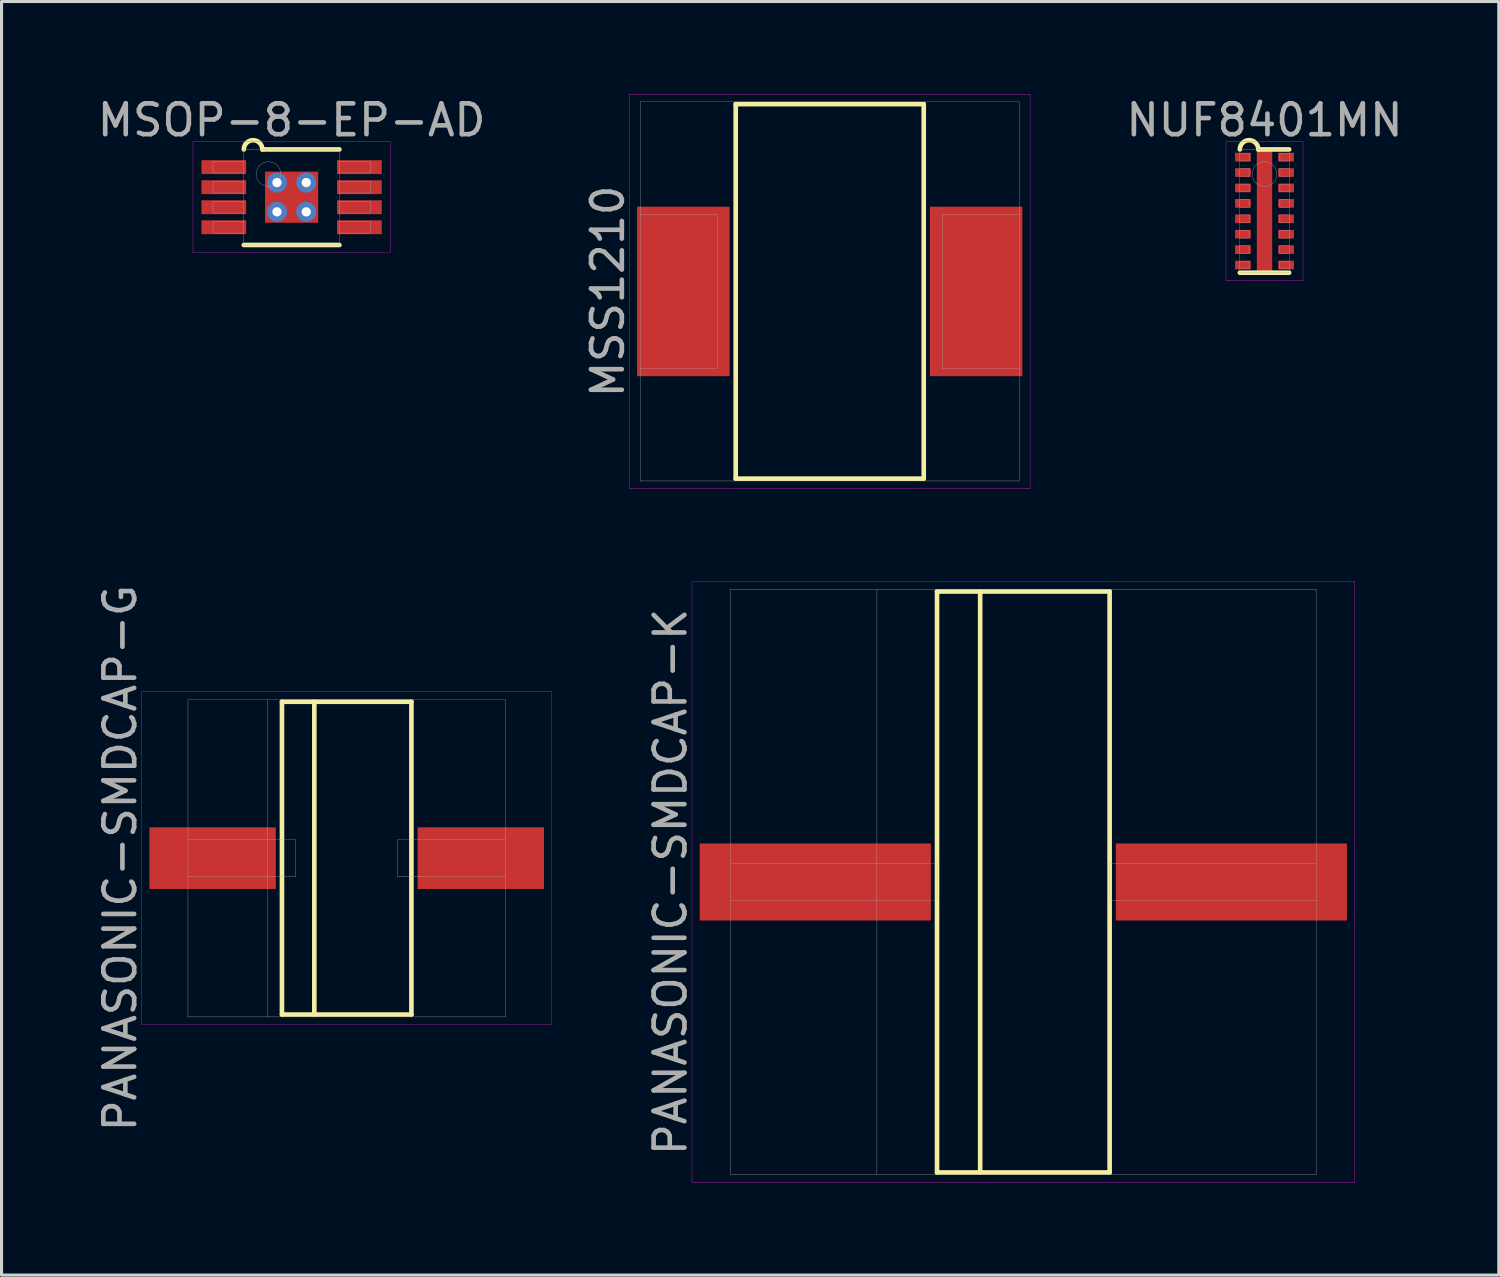
<source format=kicad_pcb>
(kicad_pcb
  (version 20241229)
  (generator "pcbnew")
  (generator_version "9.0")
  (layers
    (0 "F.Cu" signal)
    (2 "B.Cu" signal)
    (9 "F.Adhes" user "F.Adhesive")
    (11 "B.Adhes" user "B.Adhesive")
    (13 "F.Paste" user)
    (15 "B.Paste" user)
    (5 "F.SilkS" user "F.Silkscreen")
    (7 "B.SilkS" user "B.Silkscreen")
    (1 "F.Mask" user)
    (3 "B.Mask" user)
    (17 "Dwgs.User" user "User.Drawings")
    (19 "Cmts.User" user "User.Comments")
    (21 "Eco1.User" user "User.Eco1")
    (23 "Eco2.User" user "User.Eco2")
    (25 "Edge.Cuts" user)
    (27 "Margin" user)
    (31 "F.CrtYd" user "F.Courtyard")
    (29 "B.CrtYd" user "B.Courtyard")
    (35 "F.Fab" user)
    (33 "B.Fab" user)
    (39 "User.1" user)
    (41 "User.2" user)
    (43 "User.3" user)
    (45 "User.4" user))
  (footprint "NUF8401MN"
    (layer "F.Cu")
    (at 37.976 3.798)
    (property "Reference" "NUF8401MN" (at 0 -2.95 0) (layer "F.Fab") (effects (font (size 1 1) (thickness 0.15))))
    (attr through_hole)
    (fp_line (start -0.8 2) (end 0.8 2) (stroke (width 0.15) (type solid)) (layer "F.SilkS"))
    (fp_line (start -0.2 -2) (end 0.8 -2) (stroke (width 0.15) (type solid)) (layer "F.SilkS"))
    (fp_arc (start -0.8 -2) (mid -0.5 -2.3) (end -0.2 -2) (stroke (width 0.15) (type solid)) (layer "F.SilkS"))
    (fp_line (start -1.25 -2.25) (end 1.25 -2.25) (stroke (width 0.01) (type solid)) (layer "F.CrtYd"))
    (fp_line (start -1.25 2.25) (end -1.25 -2.25) (stroke (width 0.01) (type solid)) (layer "F.CrtYd"))
    (fp_line (start 1.25 -2.25) (end 1.25 2.25) (stroke (width 0.01) (type solid)) (layer "F.CrtYd"))
    (fp_line (start 1.25 2.25) (end -1.25 2.25) (stroke (width 0.01) (type solid)) (layer "F.CrtYd"))
    (fp_line (start -0.8 -2) (end 0.8 -2) (stroke (width 0.01) (type solid)) (layer "F.Fab"))
    (fp_line (start -0.8 -1.625) (end -0.5 -1.625) (stroke (width 0.01) (type solid)) (layer "F.Fab"))
    (fp_line (start -0.8 -1.125) (end -0.5 -1.125) (stroke (width 0.01) (type solid)) (layer "F.Fab"))
    (fp_line (start -0.8 -0.625) (end -0.5 -0.625) (stroke (width 0.01) (type solid)) (layer "F.Fab"))
    (fp_line (start -0.8 -0.125) (end -0.5 -0.125) (stroke (width 0.01) (type solid)) (layer "F.Fab"))
    (fp_line (start -0.8 0.375) (end -0.5 0.375) (stroke (width 0.01) (type solid)) (layer "F.Fab"))
    (fp_line (start -0.8 0.875) (end -0.5 0.875) (stroke (width 0.01) (type solid)) (layer "F.Fab"))
    (fp_line (start -0.8 1.375) (end -0.5 1.375) (stroke (width 0.01) (type solid)) (layer "F.Fab"))
    (fp_line (start -0.8 1.875) (end -0.5 1.875) (stroke (width 0.01) (type solid)) (layer "F.Fab"))
    (fp_line (start -0.8 2) (end -0.8 -2) (stroke (width 0.01) (type solid)) (layer "F.Fab"))
    (fp_line (start -0.5 -1.875) (end -0.8 -1.875) (stroke (width 0.01) (type solid)) (layer "F.Fab"))
    (fp_line (start -0.5 -1.625) (end -0.5 -1.875) (stroke (width 0.01) (type solid)) (layer "F.Fab"))
    (fp_line (start -0.5 -1.375) (end -0.8 -1.375) (stroke (width 0.01) (type solid)) (layer "F.Fab"))
    (fp_line (start -0.5 -1.125) (end -0.5 -1.375) (stroke (width 0.01) (type solid)) (layer "F.Fab"))
    (fp_line (start -0.5 -0.875) (end -0.8 -0.875) (stroke (width 0.01) (type solid)) (layer "F.Fab"))
    (fp_line (start -0.5 -0.625) (end -0.5 -0.875) (stroke (width 0.01) (type solid)) (layer "F.Fab"))
    (fp_line (start -0.5 -0.375) (end -0.8 -0.375) (stroke (width 0.01) (type solid)) (layer "F.Fab"))
    (fp_line (start -0.5 -0.125) (end -0.5 -0.375) (stroke (width 0.01) (type solid)) (layer "F.Fab"))
    (fp_line (start -0.5 0.125) (end -0.8 0.125) (stroke (width 0.01) (type solid)) (layer "F.Fab"))
    (fp_line (start -0.5 0.375) (end -0.5 0.125) (stroke (width 0.01) (type solid)) (layer "F.Fab"))
    (fp_line (start -0.5 0.625) (end -0.8 0.625) (stroke (width 0.01) (type solid)) (layer "F.Fab"))
    (fp_line (start -0.5 0.875) (end -0.5 0.625) (stroke (width 0.01) (type solid)) (layer "F.Fab"))
    (fp_line (start -0.5 1.125) (end -0.8 1.125) (stroke (width 0.01) (type solid)) (layer "F.Fab"))
    (fp_line (start -0.5 1.375) (end -0.5 1.125) (stroke (width 0.01) (type solid)) (layer "F.Fab"))
    (fp_line (start -0.5 1.625) (end -0.8 1.625) (stroke (width 0.01) (type solid)) (layer "F.Fab"))
    (fp_line (start -0.5 1.875) (end -0.5 1.625) (stroke (width 0.01) (type solid)) (layer "F.Fab"))
    (fp_line (start 0.5 -1.875) (end 0.5 -1.625) (stroke (width 0.01) (type solid)) (layer "F.Fab"))
    (fp_line (start 0.5 -1.625) (end 0.8 -1.625) (stroke (width 0.01) (type solid)) (layer "F.Fab"))
    (fp_line (start 0.5 -1.375) (end 0.5 -1.125) (stroke (width 0.01) (type solid)) (layer "F.Fab"))
    (fp_line (start 0.5 -1.125) (end 0.8 -1.125) (stroke (width 0.01) (type solid)) (layer "F.Fab"))
    (fp_line (start 0.5 -0.875) (end 0.5 -0.625) (stroke (width 0.01) (type solid)) (layer "F.Fab"))
    (fp_line (start 0.5 -0.625) (end 0.8 -0.625) (stroke (width 0.01) (type solid)) (layer "F.Fab"))
    (fp_line (start 0.5 -0.375) (end 0.5 -0.125) (stroke (width 0.01) (type solid)) (layer "F.Fab"))
    (fp_line (start 0.5 -0.125) (end 0.8 -0.125) (stroke (width 0.01) (type solid)) (layer "F.Fab"))
    (fp_line (start 0.5 0.125) (end 0.5 0.375) (stroke (width 0.01) (type solid)) (layer "F.Fab"))
    (fp_line (start 0.5 0.375) (end 0.8 0.375) (stroke (width 0.01) (type solid)) (layer "F.Fab"))
    (fp_line (start 0.5 0.625) (end 0.5 0.875) (stroke (width 0.01) (type solid)) (layer "F.Fab"))
    (fp_line (start 0.5 0.875) (end 0.8 0.875) (stroke (width 0.01) (type solid)) (layer "F.Fab"))
    (fp_line (start 0.5 1.125) (end 0.5 1.375) (stroke (width 0.01) (type solid)) (layer "F.Fab"))
    (fp_line (start 0.5 1.375) (end 0.8 1.375) (stroke (width 0.01) (type solid)) (layer "F.Fab"))
    (fp_line (start 0.5 1.625) (end 0.5 1.875) (stroke (width 0.01) (type solid)) (layer "F.Fab"))
    (fp_line (start 0.5 1.875) (end 0.8 1.875) (stroke (width 0.01) (type solid)) (layer "F.Fab"))
    (fp_line (start 0.8 -2) (end 0.8 2) (stroke (width 0.01) (type solid)) (layer "F.Fab"))
    (fp_line (start 0.8 -1.875) (end 0.5 -1.875) (stroke (width 0.01) (type solid)) (layer "F.Fab"))
    (fp_line (start 0.8 -1.375) (end 0.5 -1.375) (stroke (width 0.01) (type solid)) (layer "F.Fab"))
    (fp_line (start 0.8 -0.875) (end 0.5 -0.875) (stroke (width 0.01) (type solid)) (layer "F.Fab"))
    (fp_line (start 0.8 -0.375) (end 0.5 -0.375) (stroke (width 0.01) (type solid)) (layer "F.Fab"))
    (fp_line (start 0.8 0.125) (end 0.5 0.125) (stroke (width 0.01) (type solid)) (layer "F.Fab"))
    (fp_line (start 0.8 0.625) (end 0.5 0.625) (stroke (width 0.01) (type solid)) (layer "F.Fab"))
    (fp_line (start 0.8 1.125) (end 0.5 1.125) (stroke (width 0.01) (type solid)) (layer "F.Fab"))
    (fp_line (start 0.8 1.625) (end 0.5 1.625) (stroke (width 0.01) (type solid)) (layer "F.Fab"))
    (fp_line (start 0.8 2) (end -0.8 2) (stroke (width 0.01) (type solid)) (layer "F.Fab"))
    (fp_circle (center 0 -1.2) (end 0 -0.8) (stroke (width 0.01) (type solid)) (fill no) (layer "F.Fab"))
    (pad "" smd rect (at 0 -1.5) (size 0.4 0.6) (layers "F.Paste"))
    (pad "" smd rect (at 0 -0.5) (size 0.4 0.6) (layers "F.Paste"))
    (pad "" smd rect (at 0 0.5) (size 0.4 0.6) (layers "F.Paste"))
    (pad "" smd rect (at 0 1.5) (size 0.4 0.6) (layers "F.Paste"))
    (pad "1" smd rect (at -0.7 -1.75) (size 0.51 0.28) (layers "F.Cu" "F.Mask" "F.Paste"))
    (pad "2" smd rect (at -0.7 -1.25) (size 0.51 0.28) (layers "F.Cu" "F.Mask" "F.Paste"))
    (pad "3" smd rect (at -0.7 -0.75) (size 0.51 0.28) (layers "F.Cu" "F.Mask" "F.Paste"))
    (pad "4" smd rect (at -0.7 -0.25) (size 0.51 0.28) (layers "F.Cu" "F.Mask" "F.Paste"))
    (pad "5" smd rect (at -0.7 0.25) (size 0.51 0.28) (layers "F.Cu" "F.Mask" "F.Paste"))
    (pad "6" smd rect (at -0.7 0.75) (size 0.51 0.28) (layers "F.Cu" "F.Mask" "F.Paste"))
    (pad "7" smd rect (at -0.7 1.25) (size 0.51 0.28) (layers "F.Cu" "F.Mask" "F.Paste"))
    (pad "8" smd rect (at -0.7 1.75) (size 0.51 0.28) (layers "F.Cu" "F.Mask" "F.Paste"))
    (pad "9" smd rect (at 0.7 1.75) (size 0.51 0.28) (layers "F.Cu" "F.Mask" "F.Paste"))
    (pad "10" smd rect (at 0.7 1.25) (size 0.51 0.28) (layers "F.Cu" "F.Mask" "F.Paste"))
    (pad "11" smd rect (at 0.7 0.75) (size 0.51 0.28) (layers "F.Cu" "F.Mask" "F.Paste"))
    (pad "12" smd rect (at 0.7 0.25) (size 0.51 0.28) (layers "F.Cu" "F.Mask" "F.Paste"))
    (pad "13" smd rect (at 0.7 -0.25) (size 0.51 0.28) (layers "F.Cu" "F.Mask" "F.Paste"))
    (pad "14" smd rect (at 0.7 -0.75) (size 0.51 0.28) (layers "F.Cu" "F.Mask" "F.Paste"))
    (pad "15" smd rect (at 0.7 -1.25) (size 0.51 0.28) (layers "F.Cu" "F.Mask" "F.Paste"))
    (pad "16" smd rect (at 0.7 -1.75) (size 0.51 0.28) (layers "F.Cu" "F.Mask" "F.Paste"))
    (pad "EP" smd rect (at 0 0) (size 0.5 4.1) (layers "F.Cu" "F.Mask")))
  (footprint "PANASONIC-SMDCAP-G"
    (layer "F.Cu")
    (at 8.198 24.792)
    (property "Reference" "PANASONIC-SMDCAP-G" (at -7.35 0 90) (layer "F.Fab") (effects (font (size 1 1) (thickness 0.15))))
    (attr through_hole)
    (fp_line (start -2.1 -5.075) (end 2.1 -5.075) (stroke (width 0.15) (type solid)) (layer "F.SilkS"))
    (fp_line (start -2.1 5.075) (end -2.1 -5.075) (stroke (width 0.15) (type solid)) (layer "F.SilkS"))
    (fp_line (start -1.05 -5.075) (end -1.05 5.075) (stroke (width 0.15) (type solid)) (layer "F.SilkS"))
    (fp_line (start 2.1 -5.075) (end 2.1 5.075) (stroke (width 0.15) (type solid)) (layer "F.SilkS"))
    (fp_line (start 2.1 5.075) (end -2.1 5.075) (stroke (width 0.15) (type solid)) (layer "F.SilkS"))
    (fp_line (start -6.65 -5.4) (end 6.65 -5.4) (stroke (width 0.01) (type solid)) (layer "F.CrtYd"))
    (fp_line (start -6.65 5.4) (end -6.65 -5.4) (stroke (width 0.01) (type solid)) (layer "F.CrtYd"))
    (fp_line (start 6.65 -5.4) (end 6.65 5.4) (stroke (width 0.01) (type solid)) (layer "F.CrtYd"))
    (fp_line (start 6.65 5.4) (end -6.65 5.4) (stroke (width 0.01) (type solid)) (layer "F.CrtYd"))
    (fp_line (start -5.15 -5.15) (end 5.15 -5.15) (stroke (width 0.01) (type solid)) (layer "F.Fab"))
    (fp_line (start -5.15 5.15) (end -5.15 -5.15) (stroke (width 0.01) (type solid)) (layer "F.Fab"))
    (fp_line (start -2.575 -5.15) (end -2.575 5.15) (stroke (width 0.01) (type solid)) (layer "F.Fab"))
    (fp_line (start -1.65 -0.6) (end -5.15 -0.6) (stroke (width 0.01) (type solid)) (layer "F.Fab"))
    (fp_line (start -1.65 -0.6) (end -1.65 0.6) (stroke (width 0.01) (type solid)) (layer "F.Fab"))
    (fp_line (start -1.65 0.6) (end -5.15 0.6) (stroke (width 0.01) (type solid)) (layer "F.Fab"))
    (fp_line (start 1.65 -0.6) (end 1.65 0.6) (stroke (width 0.01) (type solid)) (layer "F.Fab"))
    (fp_line (start 1.65 -0.6) (end 5.15 -0.6) (stroke (width 0.01) (type solid)) (layer "F.Fab"))
    (fp_line (start 1.65 0.6) (end 5.15 0.6) (stroke (width 0.01) (type solid)) (layer "F.Fab"))
    (fp_line (start 5.15 -5.15) (end 5.15 5.15) (stroke (width 0.01) (type solid)) (layer "F.Fab"))
    (fp_line (start 5.15 5.15) (end -5.15 5.15) (stroke (width 0.01) (type solid)) (layer "F.Fab"))
    (pad "1" smd rect (at -4.35 0) (size 4.1 2) (layers "F.Cu" "F.Mask" "F.Paste"))
    (pad "2" smd rect (at 4.35 0) (size 4.1 2) (layers "F.Cu" "F.Mask" "F.Paste")))
  (footprint "MSOP-8-EP-AD"
    (layer "F.Cu")
    (at 6.411 3.348)
    (property "Reference" "MSOP-8-EP-AD" (at 0 -2.5 0) (layer "F.Fab") (effects (font (size 1 1) (thickness 0.15))))
    (attr through_hole)
    (fp_line (start -1.55 1.55) (end 1.55 1.55) (stroke (width 0.15) (type solid)) (layer "F.SilkS"))
    (fp_line (start -0.95 -1.55) (end 1.55 -1.55) (stroke (width 0.15) (type solid)) (layer "F.SilkS"))
    (fp_arc (start -1.55 -1.55) (mid -1.25 -1.85) (end -0.95 -1.55) (stroke (width 0.15) (type solid)) (layer "F.SilkS"))
    (fp_line (start -3.2 -1.8) (end 3.2 -1.8) (stroke (width 0.01) (type solid)) (layer "F.CrtYd"))
    (fp_line (start -3.2 1.8) (end -3.2 -1.8) (stroke (width 0.01) (type solid)) (layer "F.CrtYd"))
    (fp_line (start 3.2 -1.8) (end 3.2 1.8) (stroke (width 0.01) (type solid)) (layer "F.CrtYd"))
    (fp_line (start 3.2 1.8) (end -3.2 1.8) (stroke (width 0.01) (type solid)) (layer "F.CrtYd"))
    (fp_line (start -2.55 -1.165) (end -1.55 -1.165) (stroke (width 0.01) (type solid)) (layer "F.Fab"))
    (fp_line (start -2.55 -0.785) (end -2.55 -1.165) (stroke (width 0.01) (type solid)) (layer "F.Fab"))
    (fp_line (start -2.55 -0.515) (end -1.55 -0.515) (stroke (width 0.01) (type solid)) (layer "F.Fab"))
    (fp_line (start -2.55 -0.135) (end -2.55 -0.515) (stroke (width 0.01) (type solid)) (layer "F.Fab"))
    (fp_line (start -2.55 0.135) (end -1.55 0.135) (stroke (width 0.01) (type solid)) (layer "F.Fab"))
    (fp_line (start -2.55 0.515) (end -2.55 0.135) (stroke (width 0.01) (type solid)) (layer "F.Fab"))
    (fp_line (start -2.55 0.785) (end -1.55 0.785) (stroke (width 0.01) (type solid)) (layer "F.Fab"))
    (fp_line (start -2.55 1.165) (end -2.55 0.785) (stroke (width 0.01) (type solid)) (layer "F.Fab"))
    (fp_line (start -1.55 -1.55) (end 1.55 -1.55) (stroke (width 0.01) (type solid)) (layer "F.Fab"))
    (fp_line (start -1.55 -0.785) (end -2.55 -0.785) (stroke (width 0.01) (type solid)) (layer "F.Fab"))
    (fp_line (start -1.55 -0.135) (end -2.55 -0.135) (stroke (width 0.01) (type solid)) (layer "F.Fab"))
    (fp_line (start -1.55 0.515) (end -2.55 0.515) (stroke (width 0.01) (type solid)) (layer "F.Fab"))
    (fp_line (start -1.55 1.165) (end -2.55 1.165) (stroke (width 0.01) (type solid)) (layer "F.Fab"))
    (fp_line (start -1.55 1.55) (end -1.55 -1.55) (stroke (width 0.01) (type solid)) (layer "F.Fab"))
    (fp_line (start 1.55 -1.55) (end 1.55 1.55) (stroke (width 0.01) (type solid)) (layer "F.Fab"))
    (fp_line (start 1.55 -1.165) (end 2.55 -1.165) (stroke (width 0.01) (type solid)) (layer "F.Fab"))
    (fp_line (start 1.55 -0.515) (end 2.55 -0.515) (stroke (width 0.01) (type solid)) (layer "F.Fab"))
    (fp_line (start 1.55 0.135) (end 2.55 0.135) (stroke (width 0.01) (type solid)) (layer "F.Fab"))
    (fp_line (start 1.55 0.785) (end 2.55 0.785) (stroke (width 0.01) (type solid)) (layer "F.Fab"))
    (fp_line (start 1.55 1.55) (end -1.55 1.55) (stroke (width 0.01) (type solid)) (layer "F.Fab"))
    (fp_line (start 2.55 -1.165) (end 2.55 -0.785) (stroke (width 0.01) (type solid)) (layer "F.Fab"))
    (fp_line (start 2.55 -0.785) (end 1.55 -0.785) (stroke (width 0.01) (type solid)) (layer "F.Fab"))
    (fp_line (start 2.55 -0.515) (end 2.55 -0.135) (stroke (width 0.01) (type solid)) (layer "F.Fab"))
    (fp_line (start 2.55 -0.135) (end 1.55 -0.135) (stroke (width 0.01) (type solid)) (layer "F.Fab"))
    (fp_line (start 2.55 0.135) (end 2.55 0.515) (stroke (width 0.01) (type solid)) (layer "F.Fab"))
    (fp_line (start 2.55 0.515) (end 1.55 0.515) (stroke (width 0.01) (type solid)) (layer "F.Fab"))
    (fp_line (start 2.55 0.785) (end 2.55 1.165) (stroke (width 0.01) (type solid)) (layer "F.Fab"))
    (fp_line (start 2.55 1.165) (end 1.55 1.165) (stroke (width 0.01) (type solid)) (layer "F.Fab"))
    (fp_circle (center -0.75 -0.75) (end -0.75 -0.35) (stroke (width 0.01) (type solid)) (fill no) (layer "F.Fab"))
    (pad "1" smd rect (at -2.2 -0.975) (size 1.45 0.45) (layers "F.Cu" "F.Mask" "F.Paste"))
    (pad "2" smd rect (at -2.2 -0.325) (size 1.45 0.45) (layers "F.Cu" "F.Mask" "F.Paste"))
    (pad "3" smd rect (at -2.2 0.325) (size 1.45 0.45) (layers "F.Cu" "F.Mask" "F.Paste"))
    (pad "4" smd rect (at -2.2 0.975) (size 1.45 0.45) (layers "F.Cu" "F.Mask" "F.Paste"))
    (pad "5" smd rect (at 2.2 0.975) (size 1.45 0.45) (layers "F.Cu" "F.Mask" "F.Paste"))
    (pad "6" smd rect (at 2.2 0.325) (size 1.45 0.45) (layers "F.Cu" "F.Mask" "F.Paste"))
    (pad "7" smd rect (at 2.2 -0.325) (size 1.45 0.45) (layers "F.Cu" "F.Mask" "F.Paste"))
    (pad "8" smd rect (at 2.2 -0.975) (size 1.45 0.45) (layers "F.Cu" "F.Mask" "F.Paste"))
    (pad "EP" thru_hole circle (at -0.475 -0.475) (size 0.65 0.65) (drill 0.3) (layers "*.Cu"))
    (pad "EP" thru_hole circle (at -0.475 0.475) (size 0.65 0.65) (drill 0.3) (layers "*.Cu"))
    (pad "EP" smd rect (at 0 0) (size 1.725 1.66) (layers "F.Cu" "F.Mask" "F.Paste"))
    (pad "EP" thru_hole circle (at 0.475 -0.475) (size 0.65 0.65) (drill 0.3) (layers "*.Cu"))
    (pad "EP" thru_hole circle (at 0.475 0.475) (size 0.65 0.65) (drill 0.3) (layers "*.Cu")))
  (footprint "MSS1210"
    (layer "F.Cu")
    (at 23.87 6.405)
    (property "Reference" "MSS1210" (at -7.2 0 90) (layer "F.Fab") (effects (font (size 1 1) (thickness 0.15))))
    (attr through_hole)
    (fp_line (start -3.05 -6.075) (end 3.05 -6.075) (stroke (width 0.15) (type solid)) (layer "F.SilkS"))
    (fp_line (start -3.05 6.075) (end -3.05 -6.075) (stroke (width 0.15) (type solid)) (layer "F.SilkS"))
    (fp_line (start 3.05 -6.075) (end 3.05 6.075) (stroke (width 0.15) (type solid)) (layer "F.SilkS"))
    (fp_line (start 3.05 6.075) (end -3.05 6.075) (stroke (width 0.15) (type solid)) (layer "F.SilkS"))
    (fp_line (start -6.5 -6.4) (end 6.5 -6.4) (stroke (width 0.01) (type solid)) (layer "F.CrtYd"))
    (fp_line (start -6.5 6.4) (end -6.5 -6.4) (stroke (width 0.01) (type solid)) (layer "F.CrtYd"))
    (fp_line (start 6.5 -6.4) (end 6.5 6.4) (stroke (width 0.01) (type solid)) (layer "F.CrtYd"))
    (fp_line (start 6.5 6.4) (end -6.5 6.4) (stroke (width 0.01) (type solid)) (layer "F.CrtYd"))
    (fp_line (start -6.15 -6.15) (end 6.15 -6.15) (stroke (width 0.01) (type solid)) (layer "F.Fab"))
    (fp_line (start -6.15 6.15) (end -6.15 -6.15) (stroke (width 0.01) (type solid)) (layer "F.Fab"))
    (fp_line (start -3.65 -2.5) (end -6.15 -2.5) (stroke (width 0.01) (type solid)) (layer "F.Fab"))
    (fp_line (start -3.65 -2.5) (end -3.65 2.5) (stroke (width 0.01) (type solid)) (layer "F.Fab"))
    (fp_line (start -3.65 2.5) (end -6.15 2.5) (stroke (width 0.01) (type solid)) (layer "F.Fab"))
    (fp_line (start 3.65 -2.5) (end 3.65 2.5) (stroke (width 0.01) (type solid)) (layer "F.Fab"))
    (fp_line (start 3.65 -2.5) (end 6.15 -2.5) (stroke (width 0.01) (type solid)) (layer "F.Fab"))
    (fp_line (start 3.65 2.5) (end 6.15 2.5) (stroke (width 0.01) (type solid)) (layer "F.Fab"))
    (fp_line (start 6.15 -6.15) (end 6.15 6.15) (stroke (width 0.01) (type solid)) (layer "F.Fab"))
    (fp_line (start 6.15 6.15) (end -6.15 6.15) (stroke (width 0.01) (type solid)) (layer "F.Fab"))
    (pad "1" smd rect (at -4.75 0) (size 3 5.5) (layers "F.Cu" "F.Mask" "F.Paste"))
    (pad "2" smd rect (at 4.75 0) (size 3 5.5) (layers "F.Cu" "F.Mask" "F.Paste")))
  (footprint "PANASONIC-SMDCAP-K"
    (layer "F.Cu")
    (at 30.151 25.565)
    (property "Reference" "PANASONIC-SMDCAP-K" (at -11.45 0 90) (layer "F.Fab") (effects (font (size 1 1) (thickness 0.15))))
    (attr through_hole)
    (fp_line (start -2.8 -9.425) (end 2.8 -9.425) (stroke (width 0.15) (type solid)) (layer "F.SilkS"))
    (fp_line (start -2.8 9.425) (end -2.8 -9.425) (stroke (width 0.15) (type solid)) (layer "F.SilkS"))
    (fp_line (start -1.4 -9.425) (end -1.4 9.425) (stroke (width 0.15) (type solid)) (layer "F.SilkS"))
    (fp_line (start 2.8 -9.425) (end 2.8 9.425) (stroke (width 0.15) (type solid)) (layer "F.SilkS"))
    (fp_line (start 2.8 9.425) (end -2.8 9.425) (stroke (width 0.15) (type solid)) (layer "F.SilkS"))
    (fp_line (start -10.75 -9.75) (end 10.75 -9.75) (stroke (width 0.01) (type solid)) (layer "F.CrtYd"))
    (fp_line (start -10.75 9.75) (end -10.75 -9.75) (stroke (width 0.01) (type solid)) (layer "F.CrtYd"))
    (fp_line (start 10.75 -9.75) (end 10.75 9.75) (stroke (width 0.01) (type solid)) (layer "F.CrtYd"))
    (fp_line (start 10.75 9.75) (end -10.75 9.75) (stroke (width 0.01) (type solid)) (layer "F.CrtYd"))
    (fp_line (start -9.5 -9.5) (end 9.5 -9.5) (stroke (width 0.01) (type solid)) (layer "F.Fab"))
    (fp_line (start -9.5 9.5) (end -9.5 -9.5) (stroke (width 0.01) (type solid)) (layer "F.Fab"))
    (fp_line (start -4.75 -9.5) (end -4.75 9.5) (stroke (width 0.01) (type solid)) (layer "F.Fab"))
    (fp_line (start -2.8 -0.6) (end -9.5 -0.6) (stroke (width 0.01) (type solid)) (layer "F.Fab"))
    (fp_line (start -2.8 -0.6) (end -2.8 0.6) (stroke (width 0.01) (type solid)) (layer "F.Fab"))
    (fp_line (start -2.8 0.6) (end -9.5 0.6) (stroke (width 0.01) (type solid)) (layer "F.Fab"))
    (fp_line (start 2.8 -0.6) (end 2.8 0.6) (stroke (width 0.01) (type solid)) (layer "F.Fab"))
    (fp_line (start 2.8 -0.6) (end 9.5 -0.6) (stroke (width 0.01) (type solid)) (layer "F.Fab"))
    (fp_line (start 2.8 0.6) (end 9.5 0.6) (stroke (width 0.01) (type solid)) (layer "F.Fab"))
    (fp_line (start 9.5 -9.5) (end 9.5 9.5) (stroke (width 0.01) (type solid)) (layer "F.Fab"))
    (fp_line (start 9.5 9.5) (end -9.5 9.5) (stroke (width 0.01) (type solid)) (layer "F.Fab"))
    (pad "1" smd rect (at -6.75 0) (size 7.5 2.5) (layers "F.Cu" "F.Mask" "F.Paste"))
    (pad "2" smd rect (at 6.75 0) (size 7.5 2.5) (layers "F.Cu" "F.Mask" "F.Paste")))
  (gr_rect
    (start -3 -3)
    (end 45.577 38.32)
    (stroke (width 0.1) (type default))
    (fill no)
    (layer "Edge.Cuts")))
</source>
